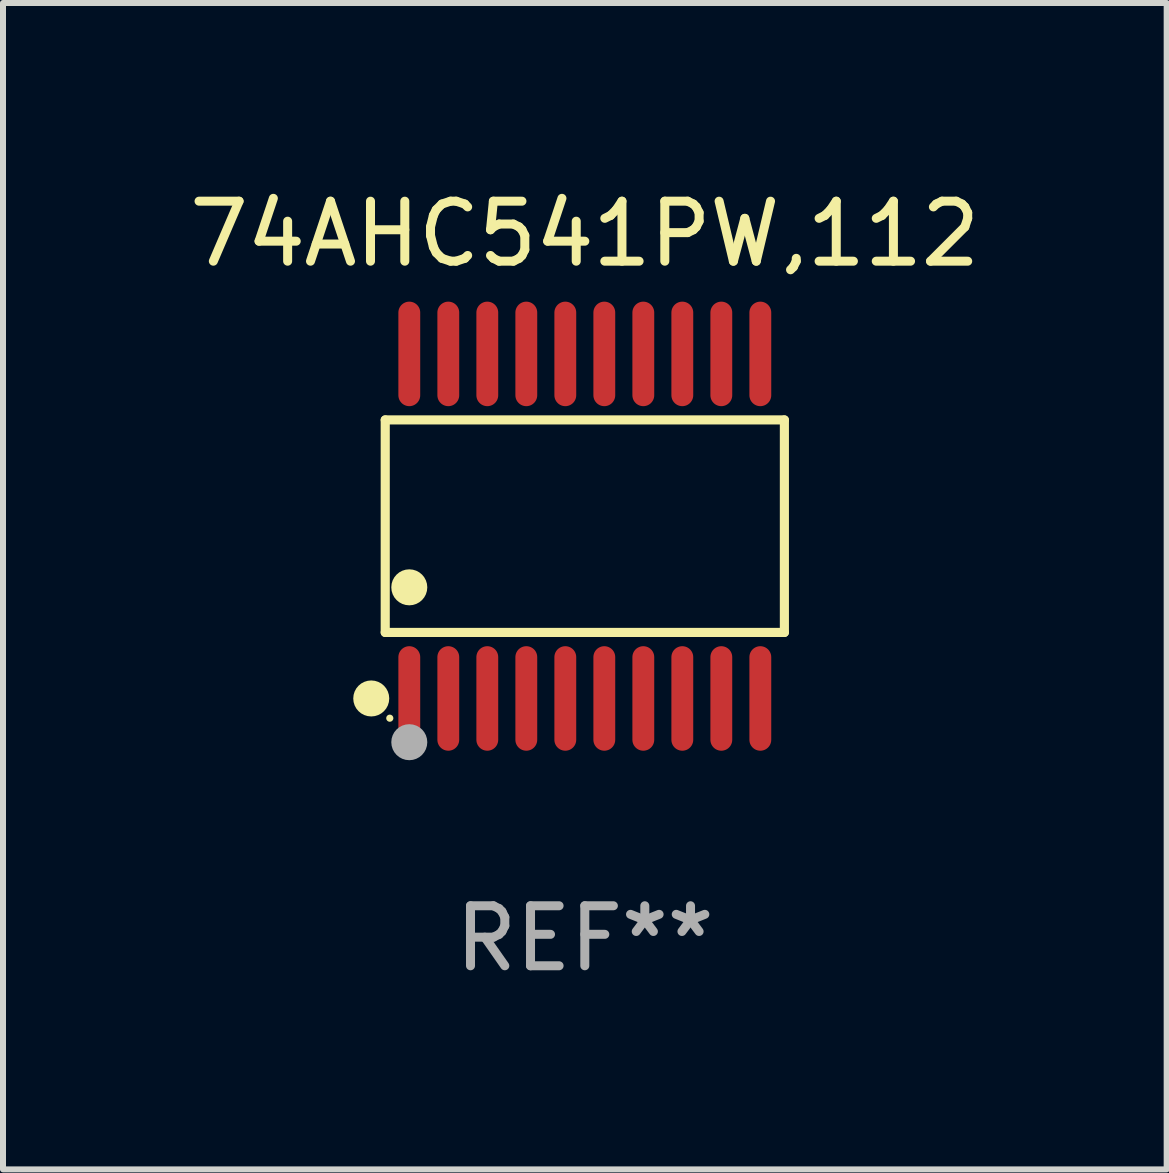
<source format=kicad_pcb>
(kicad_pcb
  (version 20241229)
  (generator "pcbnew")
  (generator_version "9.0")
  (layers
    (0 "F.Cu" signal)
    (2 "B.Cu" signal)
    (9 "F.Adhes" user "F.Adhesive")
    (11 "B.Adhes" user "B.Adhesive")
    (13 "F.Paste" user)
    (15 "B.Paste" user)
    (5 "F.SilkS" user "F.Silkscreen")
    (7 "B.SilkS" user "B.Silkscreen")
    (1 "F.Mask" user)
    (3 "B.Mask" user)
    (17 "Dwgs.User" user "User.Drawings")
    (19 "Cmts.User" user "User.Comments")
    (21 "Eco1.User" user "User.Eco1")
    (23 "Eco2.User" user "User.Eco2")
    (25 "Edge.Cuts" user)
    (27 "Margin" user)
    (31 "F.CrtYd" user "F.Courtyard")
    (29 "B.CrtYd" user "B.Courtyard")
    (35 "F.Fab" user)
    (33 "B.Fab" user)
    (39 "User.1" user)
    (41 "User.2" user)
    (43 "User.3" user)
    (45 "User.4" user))
  (footprint "74AHC541PW,112"
    (layer "F.Cu")
    (at 6.696 5.719)
    (property "Reference" "74AHC541PW,112" (at 0 -4.871 0) (layer "F.SilkS") (effects (font (size 1 1) (thickness 0.15))))
    (attr through_hole)
    (fp_line (start -3.326 -1.771) (end 3.326 -1.771) (stroke (width 0.152) (type solid)) (layer "F.SilkS"))
    (fp_line (start -3.326 1.771) (end -3.326 -1.771) (stroke (width 0.152) (type solid)) (layer "F.SilkS"))
    (fp_line (start 3.326 -1.771) (end 3.326 1.771) (stroke (width 0.152) (type solid)) (layer "F.SilkS"))
    (fp_line (start 3.326 1.771) (end -3.326 1.771) (stroke (width 0.152) (type solid)) (layer "F.SilkS"))
    (fp_circle (center -3.559 2.871) (end -3.409 2.871) (stroke (width 0.3) (type solid)) (fill no) (layer "F.SilkS"))
    (fp_circle (center -3.25 3.2) (end -3.22 3.2) (stroke (width 0.06) (type solid)) (fill no) (layer "F.SilkS"))
    (fp_circle (center -2.925 1.019) (end -2.775 1.019) (stroke (width 0.3) (type solid)) (fill no) (layer "F.SilkS"))
    (fp_circle (center -2.925 3.6) (end -2.775 3.6) (stroke (width 0.3) (type solid)) (fill no) (layer "F.Fab"))
    (fp_text user "REF**" (at 0 6.871 0) (layer "F.Fab") (effects (font (size 1 1) (thickness 0.15))))
    (pad "1" smd oval (at -2.925 2.871) (size 0.364 1.742) (layers "F.Cu" "F.Mask" "F.Paste"))
    (pad "2" smd oval (at -2.275 2.871) (size 0.364 1.742) (layers "F.Cu" "F.Mask" "F.Paste"))
    (pad "3" smd oval (at -1.625 2.871) (size 0.364 1.742) (layers "F.Cu" "F.Mask" "F.Paste"))
    (pad "4" smd oval (at -0.975 2.871) (size 0.364 1.742) (layers "F.Cu" "F.Mask" "F.Paste"))
    (pad "5" smd oval (at -0.325 2.871) (size 0.364 1.742) (layers "F.Cu" "F.Mask" "F.Paste"))
    (pad "6" smd oval (at 0.325 2.871) (size 0.364 1.742) (layers "F.Cu" "F.Mask" "F.Paste"))
    (pad "7" smd oval (at 0.975 2.871) (size 0.364 1.742) (layers "F.Cu" "F.Mask" "F.Paste"))
    (pad "8" smd oval (at 1.625 2.871) (size 0.364 1.742) (layers "F.Cu" "F.Mask" "F.Paste"))
    (pad "9" smd oval (at 2.275 2.871) (size 0.364 1.742) (layers "F.Cu" "F.Mask" "F.Paste"))
    (pad "10" smd oval (at 2.925 2.871) (size 0.364 1.742) (layers "F.Cu" "F.Mask" "F.Paste"))
    (pad "11" smd oval (at 2.925 -2.871) (size 0.364 1.742) (layers "F.Cu" "F.Mask" "F.Paste"))
    (pad "12" smd oval (at 2.275 -2.871) (size 0.364 1.742) (layers "F.Cu" "F.Mask" "F.Paste"))
    (pad "13" smd oval (at 1.625 -2.871) (size 0.364 1.742) (layers "F.Cu" "F.Mask" "F.Paste"))
    (pad "14" smd oval (at 0.975 -2.871) (size 0.364 1.742) (layers "F.Cu" "F.Mask" "F.Paste"))
    (pad "15" smd oval (at 0.325 -2.871) (size 0.364 1.742) (layers "F.Cu" "F.Mask" "F.Paste"))
    (pad "16" smd oval (at -0.325 -2.871) (size 0.364 1.742) (layers "F.Cu" "F.Mask" "F.Paste"))
    (pad "17" smd oval (at -0.975 -2.871) (size 0.364 1.742) (layers "F.Cu" "F.Mask" "F.Paste"))
    (pad "18" smd oval (at -1.625 -2.871) (size 0.364 1.742) (layers "F.Cu" "F.Mask" "F.Paste"))
    (pad "19" smd oval (at -2.275 -2.871) (size 0.364 1.742) (layers "F.Cu" "F.Mask" "F.Paste"))
    (pad "20" smd oval (at -2.925 -2.871) (size 0.364 1.742) (layers "F.Cu" "F.Mask" "F.Paste")))
  (gr_rect
    (start -3 -3)
    (end 16.393 16.438)
    (stroke (width 0.1) (type default))
    (fill no)
    (layer "Edge.Cuts")))
</source>
